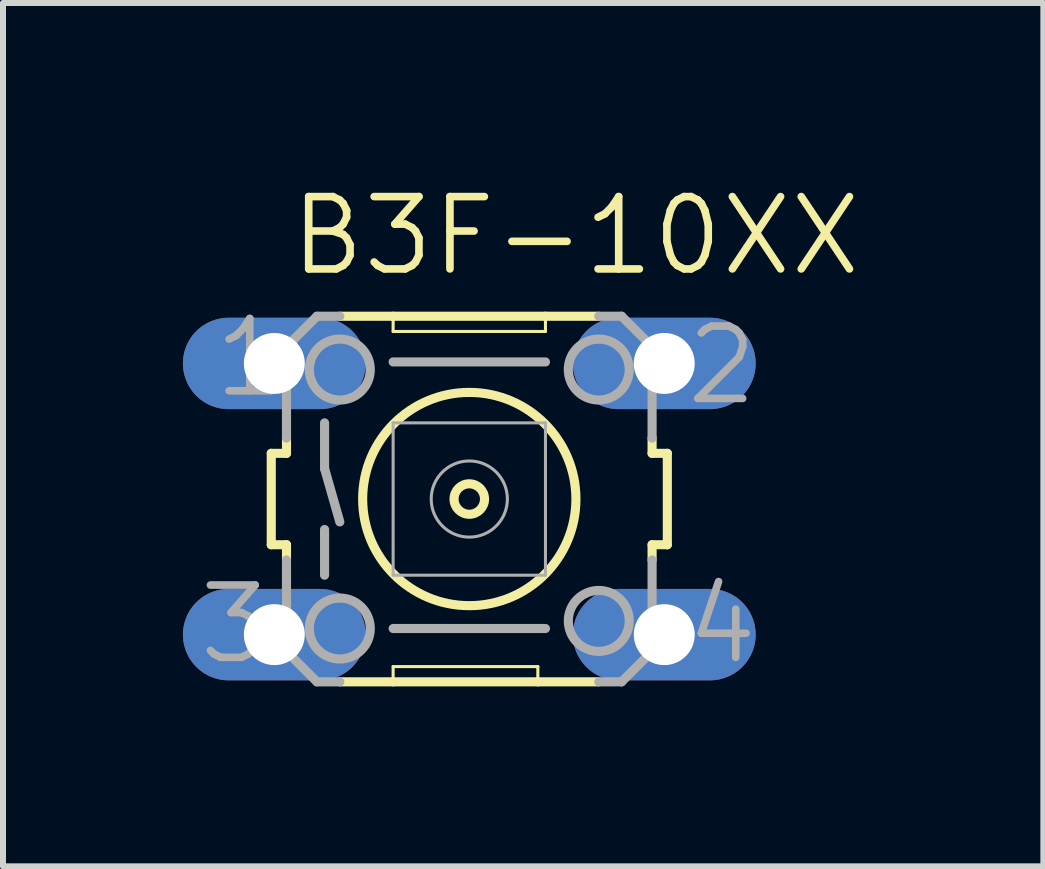
<source format=kicad_pcb>
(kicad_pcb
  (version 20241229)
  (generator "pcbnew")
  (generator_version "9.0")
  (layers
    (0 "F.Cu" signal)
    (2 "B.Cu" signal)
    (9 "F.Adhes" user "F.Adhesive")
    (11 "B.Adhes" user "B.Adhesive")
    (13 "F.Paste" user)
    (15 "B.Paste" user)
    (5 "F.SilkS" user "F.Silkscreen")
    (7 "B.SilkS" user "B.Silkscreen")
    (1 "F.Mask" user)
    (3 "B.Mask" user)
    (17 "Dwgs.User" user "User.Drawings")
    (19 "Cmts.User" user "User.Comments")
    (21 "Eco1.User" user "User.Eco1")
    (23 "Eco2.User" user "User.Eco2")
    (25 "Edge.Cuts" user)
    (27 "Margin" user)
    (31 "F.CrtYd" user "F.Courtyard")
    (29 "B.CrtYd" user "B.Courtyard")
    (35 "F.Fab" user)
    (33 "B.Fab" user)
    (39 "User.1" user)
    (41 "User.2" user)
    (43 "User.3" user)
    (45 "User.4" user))
  (footprint "B3F-10XX"
    (layer "F.Cu")
    (at 4.775 5.271)
    (property "Reference" "B3F-10XX" (at -3.048 -3.683 0) (layer "F.SilkS") (effects (font (size 1.206 1.206) (thickness 0.127)) (justify left bottom)))
    (attr through_hole)
    (fp_line (start -3.302 -0.762) (end -3.302 0.762) (stroke (width 0.152) (type solid)) (layer "F.SilkS"))
    (fp_line (start -3.302 -0.762) (end -3.048 -0.762) (stroke (width 0.152) (type solid)) (layer "F.SilkS"))
    (fp_line (start -3.048 -0.762) (end -3.048 -1.016) (stroke (width 0.152) (type solid)) (layer "F.SilkS"))
    (fp_line (start -3.048 0.762) (end -3.302 0.762) (stroke (width 0.152) (type solid)) (layer "F.SilkS"))
    (fp_line (start -3.048 0.762) (end -3.048 1.016) (stroke (width 0.152) (type solid)) (layer "F.SilkS"))
    (fp_line (start -2.159 3.048) (end -1.27 3.048) (stroke (width 0.152) (type solid)) (layer "F.SilkS"))
    (fp_line (start -1.27 -3.048) (end -2.159 -3.048) (stroke (width 0.152) (type solid)) (layer "F.SilkS"))
    (fp_line (start -1.27 -3.048) (end -1.27 -2.794) (stroke (width 0.051) (type solid)) (layer "F.SilkS"))
    (fp_line (start -1.27 2.794) (end -1.27 3.048) (stroke (width 0.051) (type solid)) (layer "F.SilkS"))
    (fp_line (start -1.27 3.048) (end 1.143 3.048) (stroke (width 0.152) (type solid)) (layer "F.SilkS"))
    (fp_line (start 1.143 2.794) (end -1.27 2.794) (stroke (width 0.051) (type solid)) (layer "F.SilkS"))
    (fp_line (start 1.143 2.794) (end 1.143 3.048) (stroke (width 0.051) (type solid)) (layer "F.SilkS"))
    (fp_line (start 1.143 3.048) (end 2.159 3.048) (stroke (width 0.152) (type solid)) (layer "F.SilkS"))
    (fp_line (start 1.27 -3.048) (end -1.27 -3.048) (stroke (width 0.152) (type solid)) (layer "F.SilkS"))
    (fp_line (start 1.27 -2.794) (end -1.27 -2.794) (stroke (width 0.051) (type solid)) (layer "F.SilkS"))
    (fp_line (start 1.27 -2.794) (end 1.27 -3.048) (stroke (width 0.051) (type solid)) (layer "F.SilkS"))
    (fp_line (start 2.159 -3.048) (end 1.27 -3.048) (stroke (width 0.152) (type solid)) (layer "F.SilkS"))
    (fp_line (start 3.048 -0.762) (end 3.048 -1.016) (stroke (width 0.152) (type solid)) (layer "F.SilkS"))
    (fp_line (start 3.048 -0.762) (end 3.302 -0.762) (stroke (width 0.152) (type solid)) (layer "F.SilkS"))
    (fp_line (start 3.048 0.762) (end 3.048 1.016) (stroke (width 0.152) (type solid)) (layer "F.SilkS"))
    (fp_line (start 3.302 0.762) (end 3.048 0.762) (stroke (width 0.152) (type solid)) (layer "F.SilkS"))
    (fp_line (start 3.302 0.762) (end 3.302 -0.762) (stroke (width 0.152) (type solid)) (layer "F.SilkS"))
    (fp_circle (center 0 0) (end 0.254 0) (stroke (width 0.152) (type solid)) (fill no) (layer "F.SilkS"))
    (fp_circle (center 0 0) (end 1.778 0) (stroke (width 0.152) (type solid)) (fill no) (layer "F.SilkS"))
    (fp_line (start -3.048 -2.54) (end -3.048 -1.016) (stroke (width 0.152) (type solid)) (layer "F.Fab"))
    (fp_line (start -3.048 2.54) (end -3.048 1.016) (stroke (width 0.152) (type solid)) (layer "F.Fab"))
    (fp_line (start -2.54 -3.048) (end -3.048 -2.54) (stroke (width 0.152) (type solid)) (layer "F.Fab"))
    (fp_line (start -2.54 -3.048) (end -2.159 -3.048) (stroke (width 0.152) (type solid)) (layer "F.Fab"))
    (fp_line (start -2.54 3.048) (end -3.048 2.54) (stroke (width 0.152) (type solid)) (layer "F.Fab"))
    (fp_line (start -2.54 3.048) (end -2.159 3.048) (stroke (width 0.152) (type solid)) (layer "F.Fab"))
    (fp_line (start -2.413 -1.27) (end -2.413 -0.508) (stroke (width 0.152) (type solid)) (layer "F.Fab"))
    (fp_line (start -2.413 -0.508) (end -2.159 0.381) (stroke (width 0.152) (type solid)) (layer "F.Fab"))
    (fp_line (start -2.413 0.508) (end -2.413 1.27) (stroke (width 0.152) (type solid)) (layer "F.Fab"))
    (fp_line (start -1.27 -1.27) (end -1.27 1.27) (stroke (width 0.051) (type solid)) (layer "F.Fab"))
    (fp_line (start -1.27 -1.27) (end 1.27 -1.27) (stroke (width 0.051) (type solid)) (layer "F.Fab"))
    (fp_line (start -1.27 2.159) (end 1.27 2.159) (stroke (width 0.152) (type solid)) (layer "F.Fab"))
    (fp_line (start 1.27 -2.286) (end -1.27 -2.286) (stroke (width 0.152) (type solid)) (layer "F.Fab"))
    (fp_line (start 1.27 1.27) (end -1.27 1.27) (stroke (width 0.051) (type solid)) (layer "F.Fab"))
    (fp_line (start 1.27 1.27) (end 1.27 -1.27) (stroke (width 0.051) (type solid)) (layer "F.Fab"))
    (fp_line (start 2.54 -3.048) (end 2.159 -3.048) (stroke (width 0.152) (type solid)) (layer "F.Fab"))
    (fp_line (start 2.54 3.048) (end 2.159 3.048) (stroke (width 0.152) (type solid)) (layer "F.Fab"))
    (fp_line (start 2.54 3.048) (end 3.048 2.54) (stroke (width 0.152) (type solid)) (layer "F.Fab"))
    (fp_line (start 3.048 -2.54) (end 2.54 -3.048) (stroke (width 0.152) (type solid)) (layer "F.Fab"))
    (fp_line (start 3.048 -1.016) (end 3.048 -2.54) (stroke (width 0.152) (type solid)) (layer "F.Fab"))
    (fp_line (start 3.048 2.54) (end 3.048 1.016) (stroke (width 0.152) (type solid)) (layer "F.Fab"))
    (fp_circle (center -2.159 -2.159) (end -1.651 -2.159) (stroke (width 0.152) (type solid)) (fill no) (layer "F.Fab"))
    (fp_circle (center -2.159 2.159) (end -1.651 2.159) (stroke (width 0.152) (type solid)) (fill no) (layer "F.Fab"))
    (fp_circle (center 0 0) (end 0.635 0) (stroke (width 0.051) (type solid)) (fill no) (layer "F.Fab"))
    (fp_circle (center 2.159 -2.159) (end 2.667 -2.159) (stroke (width 0.152) (type solid)) (fill no) (layer "F.Fab"))
    (fp_circle (center 2.159 2.032) (end 2.667 2.032) (stroke (width 0.152) (type solid)) (fill no) (layer "F.Fab"))
    (fp_text user "2" (at 3.556 -1.524 0) (layer "F.Fab") (effects (font (size 1.206 1.206) (thickness 0.127)) (justify left bottom)))
    (fp_text user "1" (at -4.318 -1.651 0) (layer "F.Fab") (effects (font (size 1.206 1.206) (thickness 0.127)) (justify left bottom)))
    (fp_text user "3" (at -4.572 2.794 0) (layer "F.Fab") (effects (font (size 1.206 1.206) (thickness 0.127)) (justify left bottom)))
    (fp_text user "4" (at 3.556 2.794 0) (layer "F.Fab") (effects (font (size 1.206 1.206) (thickness 0.127)) (justify left bottom)))
    (pad "1" thru_hole oval (at -3.251 -2.261) (size 3.048 1.524) (drill 1.016) (layers "*.Cu" "*.Mask"))
    (pad "2" thru_hole oval (at 3.251 -2.261) (size 3.048 1.524) (drill 1.016) (layers "*.Cu" "*.Mask"))
    (pad "3" thru_hole oval (at -3.251 2.261) (size 3.048 1.524) (drill 1.016) (layers "*.Cu" "*.Mask"))
    (pad "4" thru_hole oval (at 3.251 2.261) (size 3.048 1.524) (drill 1.016) (layers "*.Cu" "*.Mask")))
  (gr_rect
    (start -3 -3)
    (end 14.347 11.395)
    (stroke (width 0.1) (type default))
    (fill no)
    (layer "Edge.Cuts")))
</source>
